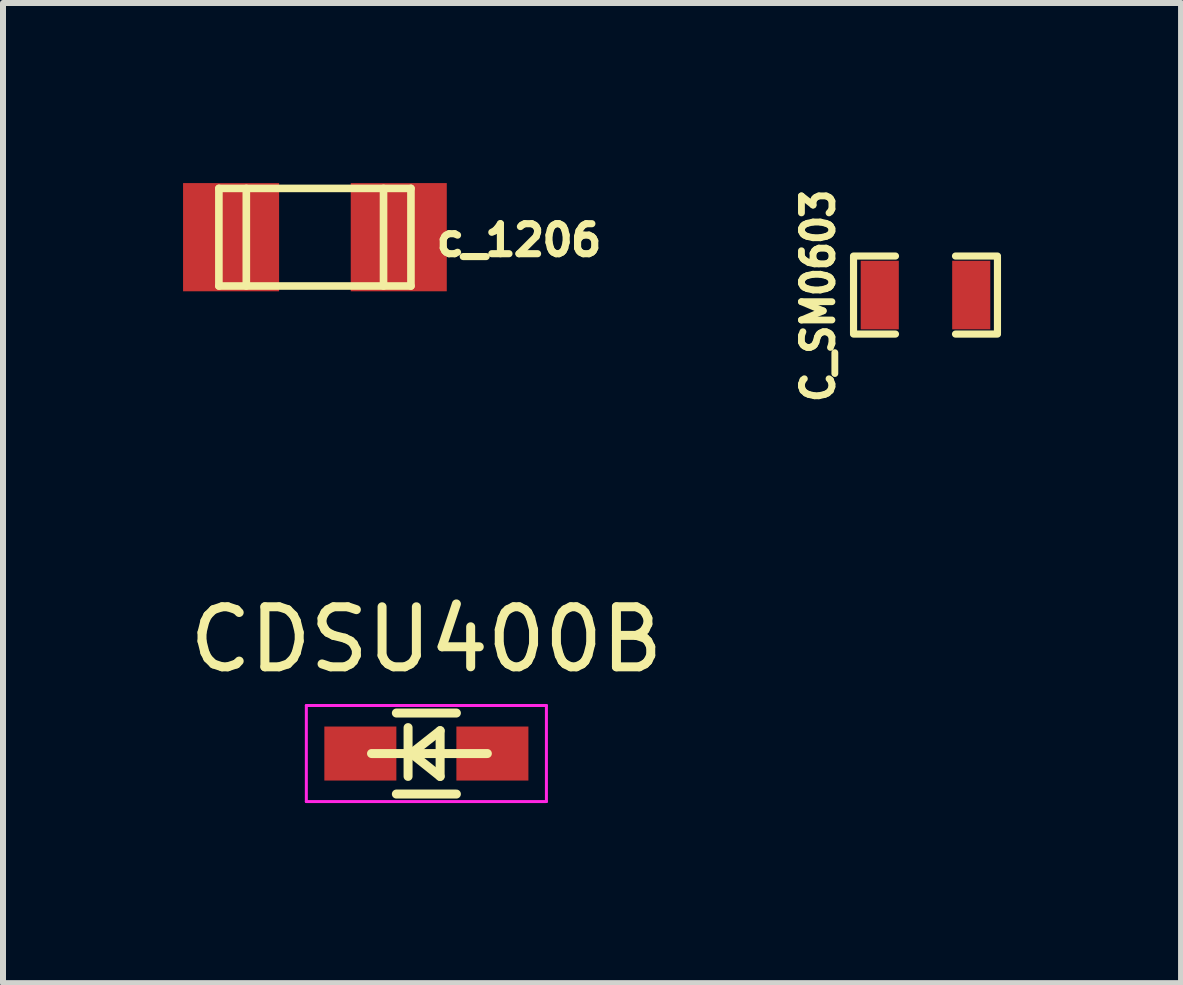
<source format=kicad_pcb>
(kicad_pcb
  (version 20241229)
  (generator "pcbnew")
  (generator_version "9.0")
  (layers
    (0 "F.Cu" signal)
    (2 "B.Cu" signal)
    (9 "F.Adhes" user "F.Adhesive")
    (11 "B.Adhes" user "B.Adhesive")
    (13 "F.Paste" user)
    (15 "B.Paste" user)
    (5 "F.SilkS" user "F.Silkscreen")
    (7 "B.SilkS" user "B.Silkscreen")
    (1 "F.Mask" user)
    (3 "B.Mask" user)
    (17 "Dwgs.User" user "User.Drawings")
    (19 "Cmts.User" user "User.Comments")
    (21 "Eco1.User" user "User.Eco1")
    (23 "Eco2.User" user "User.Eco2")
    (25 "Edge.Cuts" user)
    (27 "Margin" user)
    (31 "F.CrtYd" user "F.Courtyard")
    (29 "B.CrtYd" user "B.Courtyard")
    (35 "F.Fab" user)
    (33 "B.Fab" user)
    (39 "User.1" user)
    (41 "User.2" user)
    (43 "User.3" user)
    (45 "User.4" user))
  (footprint "C_SM0603"
    (layer "F.Cu")
    (at 12.37 1.866)
    (property "Reference" "C_SM0603" (at -1.788 0.013 90) (layer "F.SilkS") (effects (font (size 0.508 0.457) (thickness 0.114))))
    (attr smd)
    (fp_line (start -1.199 -0.65) (end -0.5 -0.65) (stroke (width 0.119) (type solid)) (layer "F.SilkS"))
    (fp_line (start -1.199 0.635) (end -1.199 -0.635) (stroke (width 0.119) (type solid)) (layer "F.SilkS"))
    (fp_line (start -0.5 0.65) (end -1.199 0.65) (stroke (width 0.119) (type solid)) (layer "F.SilkS"))
    (fp_line (start 0.5 -0.65) (end 1.199 -0.65) (stroke (width 0.119) (type solid)) (layer "F.SilkS"))
    (fp_line (start 0.5 0.65) (end 1.199 0.65) (stroke (width 0.119) (type solid)) (layer "F.SilkS"))
    (fp_line (start 1.199 -0.635) (end 1.199 0.635) (stroke (width 0.119) (type solid)) (layer "F.SilkS"))
    (pad "1" smd rect (at -0.762 0) (size 0.635 1.143) (layers "F.Cu" "F.Mask" "F.Paste"))
    (pad "2" smd rect (at 0.762 0) (size 0.635 1.143) (layers "F.Cu" "F.Mask" "F.Paste")))
  (footprint "CDSU400B"
    (layer "F.Cu")
    (at 4.054 9.505)
    (property "Reference" "CDSU400B" (at 0 -1.9 0) (layer "F.SilkS") (effects (font (size 1 1) (thickness 0.15))))
    (attr smd)
    (fp_line (start -0.5 -0.675) (end 0.5 -0.675) (stroke (width 0.15) (type solid)) (layer "F.SilkS"))
    (fp_line (start -0.305 -0.432) (end -0.305 0.381) (stroke (width 0.15) (type solid)) (layer "F.SilkS"))
    (fp_line (start -0.279 -0.025) (end 0.229 0.381) (stroke (width 0.15) (type solid)) (layer "F.SilkS"))
    (fp_line (start 0.229 -0.381) (end -0.254 0) (stroke (width 0.15) (type solid)) (layer "F.SilkS"))
    (fp_line (start 0.229 0.381) (end 0.229 -0.381) (stroke (width 0.15) (type solid)) (layer "F.SilkS"))
    (fp_line (start 0.5 0.675) (end -0.5 0.675) (stroke (width 0.15) (type solid)) (layer "F.SilkS"))
    (fp_line (start 1.016 0) (end -0.914 0) (stroke (width 0.15) (type solid)) (layer "F.SilkS"))
    (fp_line (start -2 -0.8) (end -2 0.8) (stroke (width 0.05) (type solid)) (layer "F.CrtYd"))
    (fp_line (start -2 -0.8) (end 2 -0.8) (stroke (width 0.05) (type solid)) (layer "F.CrtYd"))
    (fp_line (start -2 0.8) (end 2 0.8) (stroke (width 0.05) (type solid)) (layer "F.CrtYd"))
    (fp_line (start 2 -0.8) (end 2 0.8) (stroke (width 0.05) (type solid)) (layer "F.CrtYd"))
    (pad "1" smd rect (at 1.1 0) (size 1.2 0.9) (layers "F.Cu" "F.Mask" "F.Paste"))
    (pad "2" smd rect (at -1.1 0) (size 1.2 0.9) (layers "F.Cu" "F.Mask" "F.Paste")))
  (footprint "c_1206"
    (layer "F.Cu")
    (at 2.197 0.902)
    (property "Reference" "c_1206" (at 3.4 0.05 0) (layer "F.SilkS") (effects (font (size 0.5 0.5) (thickness 0.119))))
    (attr through_hole)
    (fp_line (start -1.6 -0.813) (end -1.6 0.813) (stroke (width 0.127) (type solid)) (layer "F.SilkS"))
    (fp_line (start -1.6 0.813) (end 1.6 0.813) (stroke (width 0.127) (type solid)) (layer "F.SilkS"))
    (fp_line (start -1.143 -0.813) (end -1.143 0.813) (stroke (width 0.127) (type solid)) (layer "F.SilkS"))
    (fp_line (start 1.143 0.813) (end 1.143 -0.813) (stroke (width 0.127) (type solid)) (layer "F.SilkS"))
    (fp_line (start 1.6 -0.813) (end -1.6 -0.813) (stroke (width 0.127) (type solid)) (layer "F.SilkS"))
    (fp_line (start 1.6 0.813) (end 1.6 -0.813) (stroke (width 0.127) (type solid)) (layer "F.SilkS"))
    (pad "1" smd rect (at 1.397 0) (size 1.6 1.803) (layers "F.Cu" "F.Mask" "F.Paste"))
    (pad "2" smd rect (at -1.397 0) (size 1.6 1.803) (layers "F.Cu" "F.Mask" "F.Paste")))
  (gr_rect
    (start -3 -3)
    (end 16.628 13.33)
    (stroke (width 0.1) (type default))
    (fill no)
    (layer "Edge.Cuts")))
</source>
